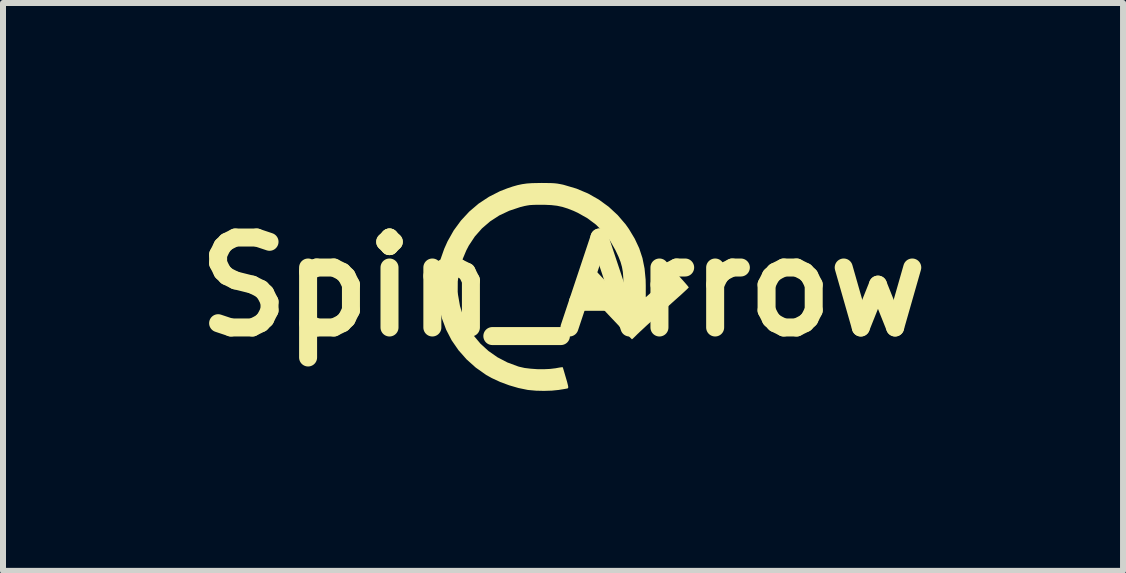
<source format=kicad_pcb>
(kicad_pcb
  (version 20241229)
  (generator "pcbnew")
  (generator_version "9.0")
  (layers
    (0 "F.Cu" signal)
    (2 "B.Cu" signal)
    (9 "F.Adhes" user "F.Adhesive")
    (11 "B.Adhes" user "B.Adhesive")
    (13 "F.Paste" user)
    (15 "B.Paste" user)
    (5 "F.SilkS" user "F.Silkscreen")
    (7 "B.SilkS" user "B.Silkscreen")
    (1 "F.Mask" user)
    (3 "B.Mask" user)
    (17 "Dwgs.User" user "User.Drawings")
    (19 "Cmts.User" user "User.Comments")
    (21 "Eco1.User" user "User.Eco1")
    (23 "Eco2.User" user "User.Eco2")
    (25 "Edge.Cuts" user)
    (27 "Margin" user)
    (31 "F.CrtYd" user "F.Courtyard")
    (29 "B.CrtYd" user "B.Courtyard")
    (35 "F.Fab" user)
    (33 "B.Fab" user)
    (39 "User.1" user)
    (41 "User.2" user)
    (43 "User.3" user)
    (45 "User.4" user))
  (footprint "Spin_Arrow"
    (layer "F.Cu")
    (at 6.336 1.731)
    (property "Reference" "Spin_Arrow" (at 0 0 0) (layer "F.SilkS") (effects (font (size 1.5 1.5) (thickness 0.3))))
    (attr board_only exclude_from_pos_files exclude_from_bom)
    (fp_poly (pts (xy -0.269 -1.73) (xy -0.2 -1.729) (xy -0.145 -1.726) (xy -0.098 -1.721) (xy -0.052 -1.713) (xy -0.002 -1.703) (xy 0.02 -1.697) (xy 0.223 -1.637) (xy 0.416 -1.556) (xy 0.596 -1.454) (xy 0.761 -1.334) (xy 0.911 -1.195) (xy 1.044 -1.04) (xy 1.099 -0.962) (xy 1.195 -0.802) (xy 1.27 -0.642) (xy 1.324 -0.478) (xy 1.359 -0.304) (xy 1.377 -0.118) (xy 1.379 -0.016) (xy 1.379 0.174) (xy 1.466 0.097) (xy 1.506 0.061) (xy 1.56 0.013) (xy 1.62 -0.041) (xy 1.681 -0.095) (xy 1.702 -0.115) (xy 1.753 -0.16) (xy 1.798 -0.199) (xy 1.834 -0.229) (xy 1.856 -0.246) (xy 1.862 -0.25) (xy 1.873 -0.241) (xy 1.896 -0.218) (xy 1.928 -0.184) (xy 1.965 -0.143) (xy 2.004 -0.1) (xy 2.04 -0.059) (xy 2.07 -0.024) (xy 2.09 0.001) (xy 2.096 0.01) (xy 2.087 0.02) (xy 2.062 0.045) (xy 2.022 0.082) (xy 1.969 0.131) (xy 1.904 0.189) (xy 1.831 0.254) (xy 1.751 0.326) (xy 1.716 0.356) (xy 1.629 0.433) (xy 1.545 0.509) (xy 1.465 0.581) (xy 1.393 0.646) (xy 1.332 0.703) (xy 1.283 0.748) (xy 1.25 0.78) (xy 1.245 0.784) (xy 1.207 0.822) (xy 1.176 0.852) (xy 1.155 0.871) (xy 1.148 0.875) (xy 1.139 0.866) (xy 1.114 0.841) (xy 1.076 0.802) (xy 1.027 0.751) (xy 0.968 0.69) (xy 0.903 0.621) (xy 0.832 0.546) (xy 0.758 0.468) (xy 0.683 0.388) (xy 0.608 0.309) (xy 0.536 0.232) (xy 0.468 0.159) (xy 0.407 0.094) (xy 0.354 0.037) (xy 0.312 -0.009) (xy 0.282 -0.041) (xy 0.267 -0.059) (xy 0.265 -0.061) (xy 0.272 -0.073) (xy 0.294 -0.097) (xy 0.326 -0.131) (xy 0.364 -0.169) (xy 0.405 -0.209) (xy 0.444 -0.246) (xy 0.477 -0.276) (xy 0.501 -0.295) (xy 0.509 -0.3) (xy 0.52 -0.291) (xy 0.546 -0.266) (xy 0.584 -0.228) (xy 0.631 -0.178) (xy 0.687 -0.119) (xy 0.748 -0.053) (xy 0.75 -0.05) (xy 0.82 0.025) (xy 0.874 0.083) (xy 0.916 0.126) (xy 0.946 0.156) (xy 0.968 0.174) (xy 0.981 0.182) (xy 0.99 0.182) (xy 0.993 0.178) (xy 0.998 0.158) (xy 1.002 0.117) (xy 1.004 0.06) (xy 1.006 -0.009) (xy 1.006 -0.044) (xy 1.004 -0.155) (xy 0.997 -0.248) (xy 0.982 -0.332) (xy 0.959 -0.414) (xy 0.925 -0.501) (xy 0.878 -0.601) (xy 0.876 -0.606) (xy 0.784 -0.768) (xy 0.675 -0.91) (xy 0.549 -1.036) (xy 0.406 -1.143) (xy 0.244 -1.234) (xy 0.175 -1.266) (xy 0.078 -1.304) (xy -0.011 -1.332) (xy -0.1 -1.351) (xy -0.196 -1.362) (xy -0.306 -1.367) (xy -0.362 -1.367) (xy -0.443 -1.367) (xy -0.504 -1.365) (xy -0.554 -1.362) (xy -0.599 -1.355) (xy -0.645 -1.346) (xy -0.699 -1.332) (xy -0.713 -1.329) (xy -0.896 -1.268) (xy -1.064 -1.189) (xy -1.216 -1.09) (xy -1.352 -0.973) (xy -1.471 -0.838) (xy -1.572 -0.685) (xy -1.613 -0.606) (xy -1.684 -0.437) (xy -1.731 -0.264) (xy -1.755 -0.09) (xy -1.756 0.083) (xy -1.751 0.132) (xy -1.718 0.32) (xy -1.663 0.496) (xy -1.587 0.661) (xy -1.491 0.812) (xy -1.376 0.949) (xy -1.243 1.07) (xy -1.093 1.175) (xy -0.928 1.261) (xy -0.747 1.328) (xy -0.725 1.334) (xy -0.641 1.353) (xy -0.541 1.365) (xy -0.432 1.373) (xy -0.321 1.374) (xy -0.216 1.369) (xy -0.125 1.358) (xy -0.12 1.357) (xy -0.071 1.348) (xy -0.032 1.342) (xy -0.01 1.34) (xy -0.006 1.34) (xy -0.001 1.353) (xy 0.009 1.385) (xy 0.023 1.433) (xy 0.04 1.491) (xy 0.047 1.515) (xy 0.067 1.583) (xy 0.079 1.631) (xy 0.086 1.663) (xy 0.086 1.681) (xy 0.082 1.69) (xy 0.077 1.693) (xy 0.056 1.698) (xy 0.017 1.705) (xy -0.034 1.713) (xy -0.069 1.719) (xy -0.187 1.731) (xy -0.318 1.735) (xy -0.45 1.732) (xy -0.571 1.721) (xy -0.594 1.718) (xy -0.744 1.687) (xy -0.898 1.642) (xy -1.049 1.586) (xy -1.189 1.521) (xy -1.282 1.469) (xy -1.455 1.347) (xy -1.609 1.209) (xy -1.743 1.057) (xy -1.857 0.892) (xy -1.949 0.714) (xy -2.02 0.524) (xy -2.068 0.325) (xy -2.094 0.115) (xy -2.097 0.056) (xy -2.095 -0.13) (xy -2.076 -0.302) (xy -2.039 -0.468) (xy -1.981 -0.633) (xy -1.925 -0.758) (xy -1.823 -0.939) (xy -1.702 -1.104) (xy -1.563 -1.254) (xy -1.407 -1.387) (xy -1.236 -1.5) (xy -1.053 -1.593) (xy -0.93 -1.641) (xy -0.838 -1.672) (xy -0.757 -1.695) (xy -0.681 -1.711) (xy -0.603 -1.722) (xy -0.517 -1.728) (xy -0.416 -1.73) (xy -0.356 -1.731)) (stroke (width 0) (type solid)) (fill yes) (layer "F.SilkS")))
  (gr_rect
    (start -3 -3)
    (end 15.671 6.466)
    (stroke (width 0.1) (type default))
    (fill no)
    (layer "Edge.Cuts")))
</source>
